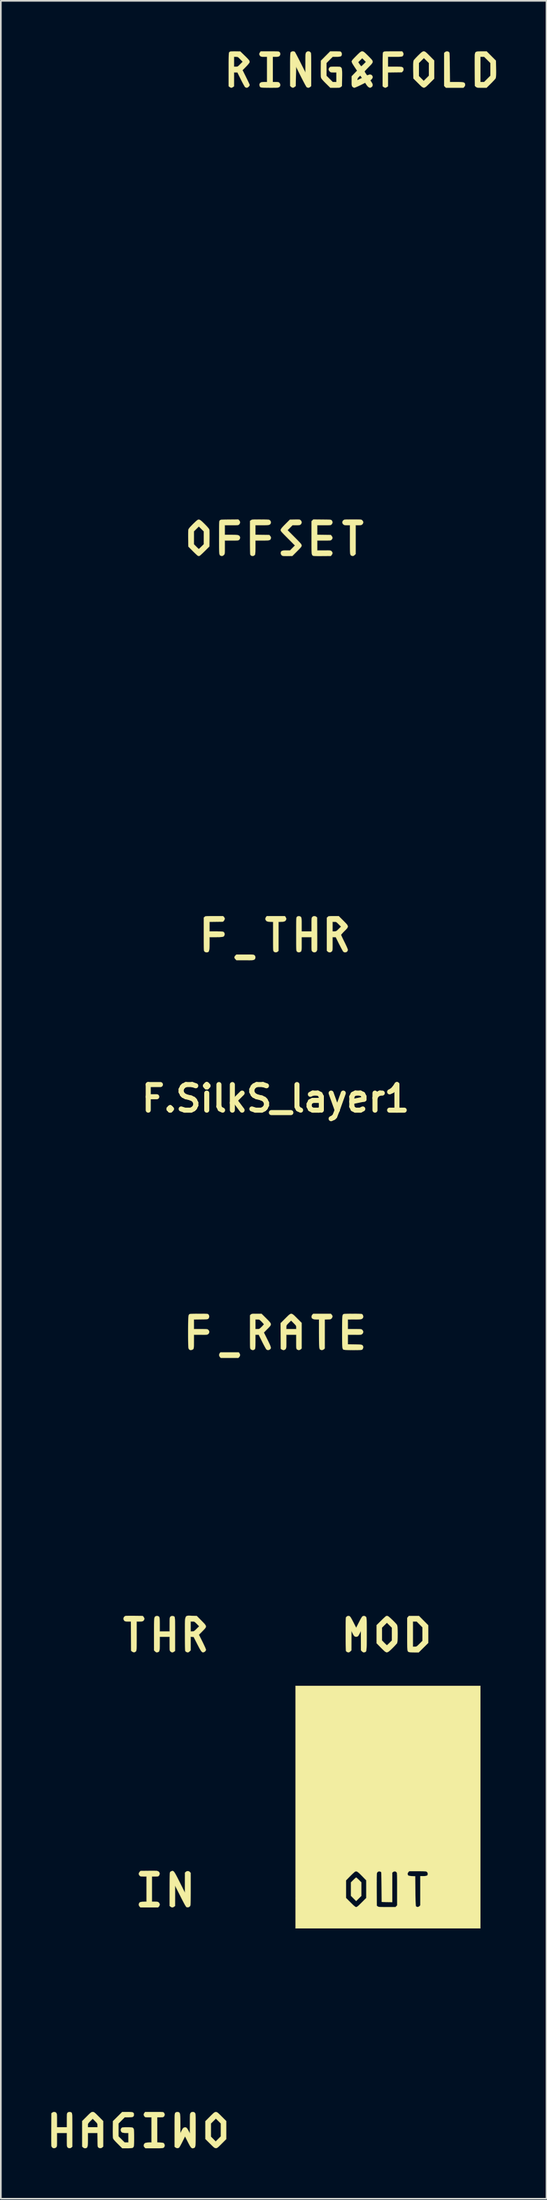
<source format=kicad_pcb>
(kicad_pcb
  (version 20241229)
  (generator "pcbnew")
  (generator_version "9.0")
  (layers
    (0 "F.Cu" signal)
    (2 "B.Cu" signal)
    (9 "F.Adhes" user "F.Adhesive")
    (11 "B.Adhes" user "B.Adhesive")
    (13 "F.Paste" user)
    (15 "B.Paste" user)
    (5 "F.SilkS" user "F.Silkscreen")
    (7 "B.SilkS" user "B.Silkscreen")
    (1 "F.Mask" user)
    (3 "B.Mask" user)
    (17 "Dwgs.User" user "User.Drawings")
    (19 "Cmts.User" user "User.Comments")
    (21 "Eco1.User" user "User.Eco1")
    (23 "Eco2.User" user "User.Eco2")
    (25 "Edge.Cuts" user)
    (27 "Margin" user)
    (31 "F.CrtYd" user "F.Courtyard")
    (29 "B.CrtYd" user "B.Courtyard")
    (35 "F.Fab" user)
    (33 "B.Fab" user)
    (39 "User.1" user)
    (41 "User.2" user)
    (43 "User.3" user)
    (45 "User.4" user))
  (footprint "F.SilkS_layer1"
    (layer "F.Cu")
    (at 13.358 62.324)
    (property "Reference" "F.SilkS_layer1" (at 0 0 0) (layer "F.SilkS") (effects (font (size 1.524 1.524) (thickness 0.3))))
    (attr through_hole)
    (fp_poly (pts (xy -2.157 15.152) (xy -2.121 15.227) (xy -2.124 15.305) (xy -2.165 15.375) (xy -2.169 15.379) (xy -2.221 15.431) (xy -3.262 15.431) (xy -3.314 15.379) (xy -3.357 15.309) (xy -3.362 15.231) (xy -3.328 15.156) (xy -3.325 15.152) (xy -3.285 15.102) (xy -2.198 15.102) (xy -2.157 15.152)) (stroke (width 0.01) (type solid)) (fill yes) (layer "F.SilkS"))
    (fp_poly (pts (xy 4.819 46.369) (xy 4.863 46.407) (xy 4.922 46.462) (xy 4.959 46.498) (xy 5.101 46.642) (xy 5.101 47.446) (xy 4.947 47.599) (xy 4.793 47.752) (xy 4.64 47.598) (xy 4.487 47.444) (xy 4.487 46.64) (xy 4.631 46.497) (xy 4.695 46.436) (xy 4.749 46.388) (xy 4.785 46.36) (xy 4.795 46.355) (xy 4.819 46.369)) (stroke (width 0.01) (type solid)) (fill yes) (layer "F.SilkS"))
    (fp_poly (pts (xy -1.665 -8.572) (xy -1.542 -8.571) (xy -1.45 -8.57) (xy -1.383 -8.566) (xy -1.337 -8.561) (xy -1.305 -8.553) (xy -1.282 -8.542) (xy -1.262 -8.529) (xy -1.262 -8.529) (xy -1.222 -8.484) (xy -1.207 -8.425) (xy -1.206 -8.403) (xy -1.215 -8.337) (xy -1.248 -8.29) (xy -1.262 -8.278) (xy -1.282 -8.264) (xy -1.305 -8.253) (xy -1.337 -8.246) (xy -1.383 -8.24) (xy -1.45 -8.237) (xy -1.542 -8.235) (xy -1.665 -8.234) (xy -1.825 -8.234) (xy -1.825 -8.234) (xy -2.332 -8.234) (xy -2.393 -8.296) (xy -2.433 -8.346) (xy -2.454 -8.393) (xy -2.455 -8.403) (xy -2.441 -8.447) (xy -2.405 -8.498) (xy -2.393 -8.511) (xy -2.332 -8.572) (xy -1.825 -8.572) (xy -1.665 -8.572)) (stroke (width 0.01) (type solid)) (fill yes) (layer "F.SilkS"))
    (fp_poly (pts (xy 10.291 -62.294) (xy 10.321 -62.27) (xy 10.331 -62.257) (xy 10.339 -62.24) (xy 10.346 -62.213) (xy 10.351 -62.175) (xy 10.355 -62.12) (xy 10.359 -62.044) (xy 10.361 -61.943) (xy 10.363 -61.814) (xy 10.365 -61.653) (xy 10.366 -61.454) (xy 10.367 -61.36) (xy 10.373 -60.494) (xy 10.754 -60.494) (xy 10.918 -60.493) (xy 11.045 -60.488) (xy 11.139 -60.477) (xy 11.204 -60.46) (xy 11.247 -60.434) (xy 11.27 -60.397) (xy 11.28 -60.348) (xy 11.282 -60.312) (xy 11.267 -60.261) (xy 11.232 -60.21) (xy 11.23 -60.208) (xy 11.178 -60.156) (xy 10.137 -60.156) (xy 10.085 -60.208) (xy 10.033 -60.26) (xy 10.033 -62.223) (xy 10.082 -62.269) (xy 10.147 -62.306) (xy 10.222 -62.314) (xy 10.291 -62.294)) (stroke (width 0.01) (type solid)) (fill yes) (layer "F.SilkS"))
    (fp_poly (pts (xy -3.522 60.31) (xy -3.461 60.342) (xy -3.388 60.402) (xy -3.297 60.49) (xy -3.213 60.575) (xy -2.942 60.845) (xy -2.942 61.921) (xy -3.213 62.192) (xy -3.322 62.301) (xy -3.407 62.382) (xy -3.476 62.435) (xy -3.535 62.459) (xy -3.591 62.455) (xy -3.653 62.423) (xy -3.726 62.362) (xy -3.818 62.273) (xy -3.904 62.188) (xy -4.18 61.914) (xy -4.18 60.991) (xy -3.852 60.991) (xy -3.852 61.774) (xy -3.568 62.061) (xy -3.414 61.908) (xy -3.26 61.755) (xy -3.26 60.991) (xy -3.408 60.844) (xy -3.556 60.697) (xy -3.852 60.991) (xy -4.18 60.991) (xy -4.18 60.855) (xy -3.906 60.579) (xy -3.795 60.468) (xy -3.708 60.386) (xy -3.639 60.332) (xy -3.579 60.307) (xy -3.522 60.31)) (stroke (width 0.01) (type solid)) (fill yes) (layer "F.SilkS"))
    (fp_poly (pts (xy 3.335 12.858) (xy 3.378 12.925) (xy 3.38 12.996) (xy 3.339 13.07) (xy 3.336 13.075) (xy 3.307 13.104) (xy 3.277 13.122) (xy 3.232 13.133) (xy 3.164 13.139) (xy 3.103 13.141) (xy 2.921 13.149) (xy 2.921 14.873) (xy 2.872 14.919) (xy 2.805 14.956) (xy 2.726 14.962) (xy 2.663 14.942) (xy 2.643 14.927) (xy 2.627 14.903) (xy 2.614 14.866) (xy 2.604 14.813) (xy 2.596 14.74) (xy 2.59 14.643) (xy 2.586 14.519) (xy 2.584 14.363) (xy 2.583 14.172) (xy 2.582 13.954) (xy 2.582 13.145) (xy 2.433 13.145) (xy 2.311 13.136) (xy 2.22 13.111) (xy 2.164 13.07) (xy 2.151 13.048) (xy 2.139 12.964) (xy 2.166 12.886) (xy 2.19 12.858) (xy 2.242 12.806) (xy 3.283 12.806) (xy 3.335 12.858)) (stroke (width 0.01) (type solid)) (fill yes) (layer "F.SilkS"))
    (fp_poly (pts (xy 0.591 -10.803) (xy 0.629 -10.727) (xy 0.627 -10.652) (xy 0.584 -10.585) (xy 0.58 -10.582) (xy 0.547 -10.556) (xy 0.508 -10.539) (xy 0.45 -10.529) (xy 0.364 -10.524) (xy 0.348 -10.523) (xy 0.169 -10.515) (xy 0.169 -8.792) (xy 0.12 -8.746) (xy 0.052 -8.707) (xy -0.022 -8.704) (xy -0.09 -8.737) (xy -0.102 -8.748) (xy -0.114 -8.761) (xy -0.123 -8.776) (xy -0.13 -8.797) (xy -0.136 -8.828) (xy -0.141 -8.873) (xy -0.144 -8.937) (xy -0.146 -9.022) (xy -0.147 -9.134) (xy -0.148 -9.276) (xy -0.148 -9.453) (xy -0.148 -9.656) (xy -0.148 -10.515) (xy -0.326 -10.523) (xy -0.418 -10.528) (xy -0.479 -10.537) (xy -0.521 -10.553) (xy -0.554 -10.577) (xy -0.559 -10.582) (xy -0.605 -10.649) (xy -0.609 -10.723) (xy -0.573 -10.799) (xy -0.57 -10.803) (xy -0.526 -10.858) (xy 0.547 -10.858) (xy 0.591 -10.803)) (stroke (width 0.01) (type solid)) (fill yes) (layer "F.SilkS"))
    (fp_poly (pts (xy 8.806 31.064) (xy 9.081 31.34) (xy 9.081 32.398) (xy 8.798 32.677) (xy 8.516 32.956) (xy 8.243 32.955) (xy 8.135 32.953) (xy 8.04 32.948) (xy 7.967 32.941) (xy 7.926 32.933) (xy 7.924 32.932) (xy 7.903 32.92) (xy 7.885 32.905) (xy 7.871 32.883) (xy 7.859 32.849) (xy 7.85 32.802) (xy 7.843 32.736) (xy 7.838 32.648) (xy 7.835 32.535) (xy 7.833 32.393) (xy 7.832 32.218) (xy 7.832 32.007) (xy 7.832 31.856) (xy 7.832 31.115) (xy 8.17 31.115) (xy 8.17 32.618) (xy 8.281 32.618) (xy 8.329 32.617) (xy 8.367 32.611) (xy 8.402 32.595) (xy 8.443 32.563) (xy 8.498 32.511) (xy 8.567 32.444) (xy 8.742 32.27) (xy 8.742 31.465) (xy 8.394 31.115) (xy 8.17 31.115) (xy 7.832 31.115) (xy 7.832 30.906) (xy 7.883 30.846) (xy 7.934 30.787) (xy 8.531 30.787) (xy 8.806 31.064)) (stroke (width 0.01) (type solid)) (fill yes) (layer "F.SilkS"))
    (fp_poly (pts (xy 8.864 -62.31) (xy 8.928 -62.274) (xy 9.004 -62.21) (xy 9.099 -62.116) (xy 9.172 -62.043) (xy 9.44 -61.771) (xy 9.44 -60.696) (xy 9.168 -60.426) (xy 9.059 -60.317) (xy 8.974 -60.237) (xy 8.905 -60.184) (xy 8.846 -60.16) (xy 8.79 -60.164) (xy 8.728 -60.197) (xy 8.655 -60.257) (xy 8.563 -60.346) (xy 8.479 -60.43) (xy 8.202 -60.705) (xy 8.196 -61.206) (xy 8.194 -61.398) (xy 8.195 -61.55) (xy 8.198 -61.628) (xy 8.53 -61.628) (xy 8.53 -60.845) (xy 8.815 -60.558) (xy 8.969 -60.711) (xy 9.123 -60.864) (xy 9.123 -61.628) (xy 8.975 -61.775) (xy 8.826 -61.922) (xy 8.53 -61.628) (xy 8.198 -61.628) (xy 8.199 -61.661) (xy 8.206 -61.734) (xy 8.213 -61.766) (xy 8.236 -61.8) (xy 8.284 -61.857) (xy 8.352 -61.931) (xy 8.432 -62.014) (xy 8.488 -62.07) (xy 8.594 -62.173) (xy 8.677 -62.249) (xy 8.746 -62.297) (xy 8.805 -62.318) (xy 8.864 -62.31)) (stroke (width 0.01) (type solid)) (fill yes) (layer "F.SilkS"))
    (fp_poly (pts (xy -8.465 30.78) (xy -8.395 30.78) (xy -7.913 30.787) (xy -7.862 30.846) (xy -7.819 30.92) (xy -7.818 30.992) (xy -7.859 31.059) (xy -7.862 31.063) (xy -7.892 31.089) (xy -7.925 31.104) (xy -7.973 31.112) (xy -8.047 31.115) (xy -8.095 31.115) (xy -8.276 31.115) (xy -8.276 31.98) (xy -8.276 32.196) (xy -8.277 32.373) (xy -8.278 32.516) (xy -8.279 32.629) (xy -8.282 32.715) (xy -8.285 32.778) (xy -8.29 32.824) (xy -8.296 32.855) (xy -8.303 32.875) (xy -8.312 32.89) (xy -8.313 32.891) (xy -8.377 32.939) (xy -8.451 32.949) (xy -8.525 32.921) (xy -8.543 32.907) (xy -8.604 32.854) (xy -8.616 31.115) (xy -8.792 31.115) (xy -8.881 31.114) (xy -8.939 31.108) (xy -8.976 31.096) (xy -9.004 31.075) (xy -9.013 31.066) (xy -9.052 30.998) (xy -9.056 30.924) (xy -9.028 30.856) (xy -8.972 30.804) (xy -8.927 30.786) (xy -8.892 30.783) (xy -8.822 30.781) (xy -8.723 30.779) (xy -8.601 30.779) (xy -8.465 30.78)) (stroke (width 0.01) (type solid)) (fill yes) (layer "F.SilkS"))
    (fp_poly (pts (xy 12.838 -62.039) (xy 13.113 -61.764) (xy 13.119 -61.274) (xy 13.121 -61.079) (xy 13.119 -60.927) (xy 13.115 -60.816) (xy 13.107 -60.747) (xy 13.102 -60.727) (xy 13.079 -60.693) (xy 13.032 -60.636) (xy 12.965 -60.563) (xy 12.884 -60.478) (xy 12.818 -60.412) (xy 12.559 -60.156) (xy 12.271 -60.156) (xy 12.154 -60.156) (xy 12.072 -60.158) (xy 12.016 -60.163) (xy 11.978 -60.172) (xy 11.95 -60.186) (xy 11.924 -60.206) (xy 11.923 -60.207) (xy 11.864 -60.258) (xy 11.858 -61.175) (xy 11.857 -61.371) (xy 11.856 -61.555) (xy 11.856 -61.724) (xy 11.857 -61.872) (xy 11.858 -61.995) (xy 11.858 -61.997) (xy 12.192 -61.997) (xy 12.192 -60.494) (xy 12.413 -60.494) (xy 12.599 -60.679) (xy 12.785 -60.864) (xy 12.785 -61.628) (xy 12.413 -61.997) (xy 12.192 -61.997) (xy 11.858 -61.997) (xy 11.86 -62.088) (xy 11.863 -62.146) (xy 11.864 -62.162) (xy 11.877 -62.218) (xy 11.898 -62.258) (xy 11.932 -62.285) (xy 11.986 -62.302) (xy 12.067 -62.311) (xy 12.18 -62.314) (xy 12.261 -62.315) (xy 12.563 -62.315) (xy 12.838 -62.039)) (stroke (width 0.01) (type solid)) (fill yes) (layer "F.SilkS"))
    (fp_poly (pts (xy -7.204 45.956) (xy -7.117 45.959) (xy -7.063 45.962) (xy -7.054 45.963) (xy -6.973 45.995) (xy -6.922 46.051) (xy -6.903 46.121) (xy -6.92 46.197) (xy -6.944 46.236) (xy -6.968 46.262) (xy -6.994 46.279) (xy -7.034 46.288) (xy -7.097 46.291) (xy -7.177 46.291) (xy -7.366 46.291) (xy -7.366 47.794) (xy -7.185 47.794) (xy -7.095 47.795) (xy -7.036 47.801) (xy -6.997 47.812) (xy -6.967 47.832) (xy -6.952 47.846) (xy -6.909 47.914) (xy -6.9 47.964) (xy -6.92 48.038) (xy -6.952 48.081) (xy -7.004 48.133) (xy -8.045 48.133) (xy -8.097 48.081) (xy -8.14 48.011) (xy -8.145 47.933) (xy -8.112 47.859) (xy -8.109 47.855) (xy -8.085 47.831) (xy -8.054 47.815) (xy -8.007 47.806) (xy -7.933 47.8) (xy -7.876 47.798) (xy -7.684 47.79) (xy -7.684 46.291) (xy -7.864 46.291) (xy -7.955 46.29) (xy -8.014 46.285) (xy -8.053 46.274) (xy -8.083 46.253) (xy -8.097 46.24) (xy -8.141 46.172) (xy -8.142 46.101) (xy -8.102 46.027) (xy -8.098 46.023) (xy -8.047 45.963) (xy -7.585 45.957) (xy -7.445 45.955) (xy -7.315 45.955) (xy -7.204 45.956)) (stroke (width 0.01) (type solid)) (fill yes) (layer "F.SilkS"))
    (fp_poly (pts (xy 4.752 -34.459) (xy 4.875 -34.459) (xy 4.966 -34.457) (xy 5.031 -34.454) (xy 5.077 -34.448) (xy 5.108 -34.441) (xy 5.13 -34.43) (xy 5.149 -34.416) (xy 5.156 -34.41) (xy 5.205 -34.345) (xy 5.215 -34.272) (xy 5.186 -34.202) (xy 5.156 -34.17) (xy 5.121 -34.145) (xy 5.081 -34.13) (xy 5.023 -34.123) (xy 4.937 -34.121) (xy 4.931 -34.121) (xy 4.763 -34.121) (xy 4.763 -32.409) (xy 4.715 -32.356) (xy 4.646 -32.302) (xy 4.574 -32.291) (xy 4.537 -32.3) (xy 4.51 -32.312) (xy 4.488 -32.325) (xy 4.469 -32.345) (xy 4.455 -32.373) (xy 4.444 -32.416) (xy 4.436 -32.476) (xy 4.43 -32.557) (xy 4.427 -32.663) (xy 4.425 -32.799) (xy 4.424 -32.967) (xy 4.424 -33.172) (xy 4.424 -33.268) (xy 4.424 -34.121) (xy 4.256 -34.121) (xy 4.167 -34.122) (xy 4.108 -34.129) (xy 4.067 -34.144) (xy 4.032 -34.169) (xy 4.03 -34.17) (xy 3.984 -34.229) (xy 3.972 -34.29) (xy 3.988 -34.359) (xy 4.03 -34.41) (xy 4.049 -34.425) (xy 4.07 -34.437) (xy 4.097 -34.446) (xy 4.137 -34.452) (xy 4.194 -34.456) (xy 4.276 -34.458) (xy 4.386 -34.459) (xy 4.531 -34.459) (xy 4.593 -34.459) (xy 4.752 -34.459)) (stroke (width 0.01) (type solid)) (fill yes) (layer "F.SilkS"))
    (fp_poly (pts (xy -10.851 60.306) (xy -10.788 60.339) (xy -10.712 60.401) (xy -10.619 60.493) (xy -10.536 60.576) (xy -10.266 60.848) (xy -10.266 62.359) (xy -10.318 62.411) (xy -10.388 62.454) (xy -10.466 62.459) (xy -10.54 62.425) (xy -10.544 62.422) (xy -10.561 62.407) (xy -10.574 62.389) (xy -10.583 62.362) (xy -10.59 62.32) (xy -10.594 62.258) (xy -10.597 62.168) (xy -10.599 62.044) (xy -10.6 61.967) (xy -10.607 61.553) (xy -11.176 61.553) (xy -11.176 61.935) (xy -11.177 62.099) (xy -11.182 62.225) (xy -11.193 62.319) (xy -11.21 62.385) (xy -11.237 62.427) (xy -11.273 62.451) (xy -11.321 62.461) (xy -11.359 62.463) (xy -11.409 62.448) (xy -11.461 62.413) (xy -11.463 62.411) (xy -11.515 62.359) (xy -11.515 61.102) (xy -11.176 61.102) (xy -11.176 61.214) (xy -10.604 61.214) (xy -10.604 61.103) (xy -10.606 61.051) (xy -10.613 61.011) (xy -10.633 60.973) (xy -10.67 60.928) (xy -10.731 60.866) (xy -10.747 60.849) (xy -10.889 60.706) (xy -11.033 60.848) (xy -11.099 60.915) (xy -11.141 60.963) (xy -11.164 61) (xy -11.174 61.039) (xy -11.176 61.088) (xy -11.176 61.102) (xy -11.515 61.102) (xy -11.515 60.845) (xy -11.244 60.575) (xy -11.132 60.463) (xy -11.044 60.38) (xy -10.972 60.326) (xy -10.911 60.302) (xy -10.851 60.306)) (stroke (width 0.01) (type solid)) (fill yes) (layer "F.SilkS"))
    (fp_poly (pts (xy -3.079 -10.807) (xy -3.035 -10.739) (xy -3.034 -10.668) (xy -3.074 -10.594) (xy -3.078 -10.59) (xy -3.129 -10.53) (xy -3.533 -10.524) (xy -3.937 -10.517) (xy -3.937 -9.948) (xy -3.551 -9.948) (xy -3.384 -9.946) (xy -3.258 -9.942) (xy -3.171 -9.935) (xy -3.12 -9.924) (xy -3.113 -9.922) (xy -3.061 -9.874) (xy -3.037 -9.809) (xy -3.041 -9.738) (xy -3.072 -9.674) (xy -3.125 -9.634) (xy -3.168 -9.624) (xy -3.249 -9.617) (xy -3.365 -9.612) (xy -3.51 -9.61) (xy -3.557 -9.61) (xy -3.937 -9.61) (xy -3.937 -9.242) (xy -3.938 -9.08) (xy -3.943 -8.955) (xy -3.953 -8.862) (xy -3.967 -8.796) (xy -3.987 -8.752) (xy -4.014 -8.725) (xy -4.023 -8.72) (xy -4.099 -8.7) (xy -4.176 -8.713) (xy -4.23 -8.748) (xy -4.24 -8.761) (xy -4.249 -8.774) (xy -4.257 -8.794) (xy -4.262 -8.823) (xy -4.267 -8.864) (xy -4.27 -8.923) (xy -4.273 -9.002) (xy -4.274 -9.106) (xy -4.275 -9.237) (xy -4.276 -9.401) (xy -4.276 -9.6) (xy -4.276 -9.782) (xy -4.276 -10.766) (xy -4.227 -10.812) (xy -4.21 -10.827) (xy -4.191 -10.838) (xy -4.163 -10.846) (xy -4.122 -10.851) (xy -4.062 -10.855) (xy -3.978 -10.857) (xy -3.864 -10.858) (xy -3.715 -10.858) (xy -3.654 -10.858) (xy -3.131 -10.858) (xy -3.079 -10.807)) (stroke (width 0.01) (type solid)) (fill yes) (layer "F.SilkS"))
    (fp_poly (pts (xy 0.963 12.812) (xy 1.023 12.841) (xy 1.093 12.898) (xy 1.181 12.983) (xy 1.274 13.077) (xy 1.545 13.347) (xy 1.545 14.873) (xy 1.496 14.919) (xy 1.43 14.956) (xy 1.355 14.962) (xy 1.287 14.937) (xy 1.27 14.922) (xy 1.255 14.905) (xy 1.245 14.883) (xy 1.237 14.849) (xy 1.232 14.798) (xy 1.229 14.724) (xy 1.228 14.62) (xy 1.228 14.48) (xy 1.228 14.467) (xy 1.228 14.055) (xy 0.635 14.055) (xy 0.635 14.454) (xy 0.635 14.594) (xy 0.633 14.699) (xy 0.631 14.774) (xy 0.625 14.826) (xy 0.617 14.862) (xy 0.606 14.888) (xy 0.591 14.909) (xy 0.532 14.953) (xy 0.458 14.965) (xy 0.383 14.942) (xy 0.357 14.924) (xy 0.307 14.884) (xy 0.297 13.604) (xy 0.635 13.604) (xy 0.635 13.716) (xy 1.228 13.716) (xy 1.228 13.616) (xy 1.226 13.569) (xy 1.218 13.531) (xy 1.197 13.494) (xy 1.158 13.448) (xy 1.096 13.383) (xy 1.075 13.362) (xy 0.922 13.208) (xy 0.778 13.35) (xy 0.712 13.417) (xy 0.67 13.465) (xy 0.647 13.502) (xy 0.637 13.541) (xy 0.635 13.59) (xy 0.635 13.604) (xy 0.297 13.604) (xy 0.295 13.37) (xy 0.577 13.088) (xy 0.689 12.976) (xy 0.776 12.892) (xy 0.846 12.837) (xy 0.906 12.81) (xy 0.963 12.812)) (stroke (width 0.01) (type solid)) (fill yes) (layer "F.SilkS"))
    (fp_poly (pts (xy 7.578 -62.257) (xy 7.61 -62.185) (xy 7.605 -62.109) (xy 7.564 -62.043) (xy 7.554 -62.034) (xy 7.534 -62.021) (xy 7.505 -62.012) (xy 7.462 -62.005) (xy 7.399 -62.001) (xy 7.308 -61.998) (xy 7.185 -61.997) (xy 7.099 -61.997) (xy 6.689 -61.997) (xy 6.689 -61.404) (xy 7.099 -61.404) (xy 7.255 -61.404) (xy 7.374 -61.401) (xy 7.462 -61.394) (xy 7.523 -61.382) (xy 7.563 -61.363) (xy 7.588 -61.337) (xy 7.603 -61.3) (xy 7.611 -61.265) (xy 7.612 -61.208) (xy 7.586 -61.156) (xy 7.571 -61.138) (xy 7.518 -61.076) (xy 7.103 -61.07) (xy 6.689 -61.063) (xy 6.689 -60.243) (xy 6.633 -60.2) (xy 6.58 -60.169) (xy 6.53 -60.156) (xy 6.53 -60.156) (xy 6.48 -60.168) (xy 6.427 -60.199) (xy 6.427 -60.2) (xy 6.371 -60.243) (xy 6.371 -61.237) (xy 6.371 -61.468) (xy 6.371 -61.66) (xy 6.372 -61.817) (xy 6.373 -61.943) (xy 6.375 -62.042) (xy 6.378 -62.117) (xy 6.381 -62.172) (xy 6.386 -62.211) (xy 6.392 -62.237) (xy 6.399 -62.255) (xy 6.408 -62.267) (xy 6.413 -62.272) (xy 6.429 -62.285) (xy 6.448 -62.295) (xy 6.477 -62.303) (xy 6.521 -62.308) (xy 6.585 -62.311) (xy 6.674 -62.313) (xy 6.794 -62.314) (xy 6.95 -62.315) (xy 6.994 -62.315) (xy 7.532 -62.315) (xy 7.578 -62.257)) (stroke (width 0.01) (type solid)) (fill yes) (layer "F.SilkS"))
    (fp_poly (pts (xy -7.067 60.304) (xy -6.94 60.304) (xy -6.844 60.306) (xy -6.776 60.309) (xy -6.728 60.313) (xy -6.697 60.32) (xy -6.676 60.33) (xy -6.66 60.343) (xy -6.65 60.353) (xy -6.611 60.421) (xy -6.608 60.495) (xy -6.641 60.563) (xy -6.653 60.575) (xy -6.684 60.599) (xy -6.722 60.613) (xy -6.779 60.619) (xy -6.867 60.621) (xy -6.875 60.621) (xy -7.048 60.621) (xy -7.048 62.12) (xy -6.867 62.127) (xy -6.776 62.132) (xy -6.717 62.14) (xy -6.68 62.153) (xy -6.653 62.174) (xy -6.644 62.185) (xy -6.609 62.257) (xy -6.607 62.332) (xy -6.639 62.399) (xy -6.66 62.419) (xy -6.679 62.433) (xy -6.702 62.443) (xy -6.734 62.451) (xy -6.779 62.456) (xy -6.845 62.46) (xy -6.936 62.462) (xy -7.058 62.463) (xy -7.216 62.463) (xy -7.232 62.463) (xy -7.749 62.463) (xy -7.801 62.411) (xy -7.844 62.348) (xy -7.849 62.28) (xy -7.829 62.223) (xy -7.796 62.176) (xy -7.741 62.145) (xy -7.658 62.129) (xy -7.545 62.124) (xy -7.387 62.124) (xy -7.387 60.621) (xy -7.576 60.621) (xy -7.667 60.621) (xy -7.726 60.617) (xy -7.763 60.607) (xy -7.789 60.589) (xy -7.809 60.566) (xy -7.84 60.512) (xy -7.853 60.463) (xy -7.853 60.463) (xy -7.84 60.413) (xy -7.809 60.36) (xy -7.809 60.36) (xy -7.765 60.304) (xy -7.231 60.304) (xy -7.067 60.304)) (stroke (width 0.01) (type solid)) (fill yes) (layer "F.SilkS"))
    (fp_poly (pts (xy -6.104 45.969) (xy -6.073 45.99) (xy -6.039 46.028) (xy -5.999 46.086) (xy -5.951 46.169) (xy -5.892 46.279) (xy -5.82 46.419) (xy -5.732 46.594) (xy -5.714 46.629) (xy -5.4 47.255) (xy -5.399 46.66) (xy -5.397 46.066) (xy -5.345 46.017) (xy -5.275 45.976) (xy -5.199 45.972) (xy -5.128 46.005) (xy -5.106 46.027) (xy -5.059 46.082) (xy -5.059 47.033) (xy -5.059 47.291) (xy -5.061 47.508) (xy -5.063 47.686) (xy -5.066 47.826) (xy -5.07 47.93) (xy -5.076 47.998) (xy -5.082 48.034) (xy -5.083 48.035) (xy -5.129 48.09) (xy -5.197 48.123) (xy -5.272 48.125) (xy -5.288 48.121) (xy -5.307 48.11) (xy -5.328 48.088) (xy -5.355 48.051) (xy -5.389 47.995) (xy -5.434 47.916) (xy -5.489 47.811) (xy -5.559 47.677) (xy -5.645 47.508) (xy -5.666 47.466) (xy -5.988 46.831) (xy -5.989 47.438) (xy -5.99 48.045) (xy -6.046 48.089) (xy -6.099 48.12) (xy -6.149 48.133) (xy -6.149 48.133) (xy -6.198 48.12) (xy -6.252 48.089) (xy -6.252 48.089) (xy -6.308 48.045) (xy -6.308 47.061) (xy -6.307 46.825) (xy -6.306 46.615) (xy -6.304 46.433) (xy -6.301 46.283) (xy -6.297 46.166) (xy -6.293 46.085) (xy -6.288 46.043) (xy -6.287 46.038) (xy -6.253 46.004) (xy -6.201 45.977) (xy -6.166 45.966) (xy -6.134 45.962) (xy -6.104 45.969)) (stroke (width 0.01) (type solid)) (fill yes) (layer "F.SilkS"))
    (fp_poly (pts (xy -0.732 -34.458) (xy -0.582 -34.455) (xy -0.47 -34.449) (xy -0.399 -34.442) (xy -0.373 -34.435) (xy -0.315 -34.388) (xy -0.286 -34.319) (xy -0.29 -34.243) (xy -0.295 -34.229) (xy -0.314 -34.194) (xy -0.339 -34.167) (xy -0.378 -34.147) (xy -0.435 -34.134) (xy -0.516 -34.126) (xy -0.627 -34.122) (xy -0.773 -34.121) (xy -0.816 -34.121) (xy -1.206 -34.121) (xy -1.206 -33.552) (xy -0.792 -33.545) (xy -0.377 -33.539) (xy -0.324 -33.477) (xy -0.288 -33.422) (xy -0.281 -33.369) (xy -0.284 -33.35) (xy -0.295 -33.305) (xy -0.312 -33.271) (xy -0.34 -33.246) (xy -0.385 -33.229) (xy -0.452 -33.219) (xy -0.547 -33.213) (xy -0.674 -33.211) (xy -0.796 -33.211) (xy -1.206 -33.211) (xy -1.206 -32.8) (xy -1.207 -32.656) (xy -1.208 -32.548) (xy -1.212 -32.47) (xy -1.217 -32.416) (xy -1.225 -32.38) (xy -1.236 -32.356) (xy -1.244 -32.346) (xy -1.307 -32.301) (xy -1.384 -32.289) (xy -1.433 -32.3) (xy -1.48 -32.333) (xy -1.501 -32.361) (xy -1.508 -32.395) (xy -1.513 -32.471) (xy -1.517 -32.589) (xy -1.52 -32.75) (xy -1.523 -32.953) (xy -1.524 -33.198) (xy -1.524 -33.387) (xy -1.524 -34.372) (xy -1.468 -34.415) (xy -1.448 -34.429) (xy -1.425 -34.44) (xy -1.393 -34.448) (xy -1.346 -34.453) (xy -1.278 -34.457) (xy -1.185 -34.458) (xy -1.06 -34.459) (xy -0.919 -34.459) (xy -0.732 -34.458)) (stroke (width 0.01) (type solid)) (fill yes) (layer "F.SilkS"))
    (fp_poly (pts (xy 6.684 30.799) (xy 6.72 30.822) (xy 6.778 30.87) (xy 6.852 30.936) (xy 6.934 31.013) (xy 7.017 31.094) (xy 7.096 31.174) (xy 7.162 31.246) (xy 7.21 31.302) (xy 7.23 31.331) (xy 7.241 31.374) (xy 7.25 31.451) (xy 7.256 31.555) (xy 7.261 31.678) (xy 7.263 31.811) (xy 7.262 31.948) (xy 7.26 32.08) (xy 7.255 32.2) (xy 7.248 32.299) (xy 7.239 32.371) (xy 7.23 32.402) (xy 7.205 32.436) (xy 7.155 32.493) (xy 7.087 32.567) (xy 7.007 32.65) (xy 6.96 32.697) (xy 6.854 32.8) (xy 6.771 32.873) (xy 6.706 32.921) (xy 6.652 32.946) (xy 6.606 32.95) (xy 6.561 32.935) (xy 6.53 32.918) (xy 6.493 32.889) (xy 6.434 32.835) (xy 6.359 32.764) (xy 6.277 32.682) (xy 6.239 32.643) (xy 6.011 32.409) (xy 6.011 31.484) (xy 6.329 31.484) (xy 6.329 32.246) (xy 6.471 32.39) (xy 6.533 32.451) (xy 6.584 32.5) (xy 6.617 32.528) (xy 6.624 32.533) (xy 6.643 32.519) (xy 6.684 32.482) (xy 6.741 32.427) (xy 6.778 32.391) (xy 6.921 32.249) (xy 6.921 31.484) (xy 6.625 31.19) (xy 6.477 31.337) (xy 6.329 31.484) (xy 6.011 31.484) (xy 6.011 31.337) (xy 6.281 31.07) (xy 6.37 30.983) (xy 6.452 30.906) (xy 6.519 30.845) (xy 6.567 30.805) (xy 6.588 30.79) (xy 6.635 30.788) (xy 6.684 30.799)) (stroke (width 0.01) (type solid)) (fill yes) (layer "F.SilkS"))
    (fp_poly (pts (xy -0.182 -62.315) (xy -0.054 -62.314) (xy 0.042 -62.312) (xy 0.112 -62.309) (xy 0.16 -62.304) (xy 0.192 -62.297) (xy 0.214 -62.288) (xy 0.229 -62.276) (xy 0.233 -62.272) (xy 0.269 -62.209) (xy 0.273 -62.135) (xy 0.246 -62.066) (xy 0.226 -62.043) (xy 0.195 -62.02) (xy 0.157 -62.006) (xy 0.1 -61.999) (xy 0.013 -61.997) (xy 0.004 -61.997) (xy -0.169 -61.997) (xy -0.169 -60.494) (xy 0.001 -60.494) (xy 0.089 -60.493) (xy 0.146 -60.487) (xy 0.184 -60.474) (xy 0.214 -60.451) (xy 0.223 -60.442) (xy 0.267 -60.374) (xy 0.276 -60.3) (xy 0.25 -60.231) (xy 0.219 -60.2) (xy 0.2 -60.186) (xy 0.177 -60.175) (xy 0.145 -60.167) (xy 0.099 -60.162) (xy 0.034 -60.159) (xy -0.058 -60.157) (xy -0.18 -60.156) (xy -0.339 -60.156) (xy -0.347 -60.156) (xy -0.492 -60.157) (xy -0.623 -60.16) (xy -0.735 -60.163) (xy -0.822 -60.168) (xy -0.876 -60.173) (xy -0.892 -60.177) (xy -0.938 -60.226) (xy -0.962 -60.296) (xy -0.959 -60.368) (xy -0.954 -60.386) (xy -0.922 -60.436) (xy -0.871 -60.47) (xy -0.793 -60.488) (xy -0.683 -60.494) (xy -0.666 -60.494) (xy -0.508 -60.494) (xy -0.508 -61.997) (xy -0.689 -61.997) (xy -0.779 -61.998) (xy -0.838 -62.003) (xy -0.877 -62.015) (xy -0.907 -62.035) (xy -0.922 -62.049) (xy -0.965 -62.116) (xy -0.967 -62.188) (xy -0.93 -62.259) (xy -0.886 -62.315) (xy -0.348 -62.315) (xy -0.182 -62.315)) (stroke (width 0.01) (type solid)) (fill yes) (layer "F.SilkS"))
    (fp_poly (pts (xy -4.549 -34.449) (xy -4.502 -34.43) (xy -4.444 -34.391) (xy -4.371 -34.328) (xy -4.279 -34.239) (xy -4.206 -34.167) (xy -4.108 -34.066) (xy -4.037 -33.988) (xy -3.99 -33.929) (xy -3.961 -33.883) (xy -3.948 -33.846) (xy -3.948 -33.846) (xy -3.944 -33.803) (xy -3.942 -33.725) (xy -3.94 -33.62) (xy -3.94 -33.494) (xy -3.94 -33.357) (xy -3.941 -33.311) (xy -3.948 -32.851) (xy -4.223 -32.578) (xy -4.313 -32.49) (xy -4.396 -32.412) (xy -4.465 -32.35) (xy -4.515 -32.309) (xy -4.54 -32.293) (xy -4.595 -32.292) (xy -4.625 -32.3) (xy -4.653 -32.32) (xy -4.705 -32.366) (xy -4.775 -32.431) (xy -4.858 -32.511) (xy -4.932 -32.585) (xy -5.196 -32.851) (xy -5.203 -33.311) (xy -5.204 -33.451) (xy -5.204 -33.581) (xy -5.203 -33.694) (xy -5.201 -33.751) (xy -4.868 -33.751) (xy -4.868 -32.989) (xy -4.726 -32.846) (xy -4.664 -32.784) (xy -4.613 -32.736) (xy -4.581 -32.707) (xy -4.573 -32.703) (xy -4.554 -32.716) (xy -4.513 -32.754) (xy -4.456 -32.808) (xy -4.419 -32.845) (xy -4.276 -32.987) (xy -4.276 -33.751) (xy -4.424 -33.898) (xy -4.572 -34.045) (xy -4.868 -33.751) (xy -5.201 -33.751) (xy -5.201 -33.781) (xy -5.197 -33.836) (xy -5.196 -33.846) (xy -5.183 -33.882) (xy -5.155 -33.928) (xy -5.108 -33.986) (xy -5.038 -34.063) (xy -4.941 -34.164) (xy -4.938 -34.167) (xy -4.851 -34.252) (xy -4.77 -34.328) (xy -4.701 -34.389) (xy -4.651 -34.428) (xy -4.633 -34.439) (xy -4.591 -34.451) (xy -4.549 -34.449)) (stroke (width 0.01) (type solid)) (fill yes) (layer "F.SilkS"))
    (fp_poly (pts (xy 1.339 -34.458) (xy 1.396 -34.454) (xy 1.435 -34.447) (xy 1.463 -34.434) (xy 1.487 -34.417) (xy 1.534 -34.356) (xy 1.549 -34.284) (xy 1.529 -34.212) (xy 1.489 -34.165) (xy 1.458 -34.144) (xy 1.419 -34.131) (xy 1.364 -34.124) (xy 1.283 -34.121) (xy 1.219 -34.121) (xy 1.004 -34.121) (xy 0.857 -33.973) (xy 0.71 -33.824) (xy 1.128 -33.405) (xy 1.251 -33.281) (xy 1.348 -33.182) (xy 1.421 -33.106) (xy 1.473 -33.047) (xy 1.509 -33.003) (xy 1.53 -32.97) (xy 1.541 -32.943) (xy 1.545 -32.919) (xy 1.545 -32.913) (xy 1.543 -32.884) (xy 1.532 -32.854) (xy 1.509 -32.818) (xy 1.47 -32.771) (xy 1.411 -32.708) (xy 1.328 -32.623) (xy 1.27 -32.565) (xy 0.994 -32.29) (xy 0.725 -32.285) (xy 0.618 -32.285) (xy 0.524 -32.287) (xy 0.451 -32.292) (xy 0.41 -32.299) (xy 0.409 -32.3) (xy 0.346 -32.346) (xy 0.309 -32.415) (xy 0.307 -32.49) (xy 0.324 -32.542) (xy 0.355 -32.578) (xy 0.406 -32.601) (xy 0.483 -32.613) (xy 0.594 -32.618) (xy 0.635 -32.618) (xy 0.858 -32.618) (xy 1.152 -32.914) (xy 0.721 -33.347) (xy 0.597 -33.472) (xy 0.499 -33.571) (xy 0.425 -33.648) (xy 0.371 -33.706) (xy 0.335 -33.75) (xy 0.314 -33.782) (xy 0.303 -33.806) (xy 0.301 -33.827) (xy 0.304 -33.848) (xy 0.304 -33.85) (xy 0.319 -33.886) (xy 0.351 -33.934) (xy 0.404 -33.998) (xy 0.482 -34.082) (xy 0.583 -34.184) (xy 0.847 -34.449) (xy 1.138 -34.456) (xy 1.256 -34.458) (xy 1.339 -34.458)) (stroke (width 0.01) (type solid)) (fill yes) (layer "F.SilkS"))
    (fp_poly (pts (xy 1.121 -62.3) (xy 1.14 -62.287) (xy 1.156 -62.263) (xy 1.189 -62.206) (xy 1.235 -62.12) (xy 1.293 -62.011) (xy 1.359 -61.882) (xy 1.432 -61.739) (xy 1.472 -61.659) (xy 1.776 -61.055) (xy 1.777 -61.629) (xy 1.777 -61.8) (xy 1.778 -61.935) (xy 1.78 -62.037) (xy 1.783 -62.112) (xy 1.787 -62.166) (xy 1.794 -62.203) (xy 1.803 -62.229) (xy 1.814 -62.248) (xy 1.822 -62.259) (xy 1.882 -62.305) (xy 1.955 -62.318) (xy 2.026 -62.298) (xy 2.073 -62.259) (xy 2.083 -62.245) (xy 2.092 -62.228) (xy 2.099 -62.206) (xy 2.104 -62.173) (xy 2.108 -62.127) (xy 2.112 -62.063) (xy 2.114 -61.977) (xy 2.115 -61.867) (xy 2.116 -61.727) (xy 2.117 -61.554) (xy 2.117 -61.345) (xy 2.117 -61.231) (xy 2.117 -60.26) (xy 2.065 -60.208) (xy 1.996 -60.165) (xy 1.919 -60.158) (xy 1.852 -60.185) (xy 1.832 -60.211) (xy 1.797 -60.27) (xy 1.748 -60.357) (xy 1.689 -60.468) (xy 1.621 -60.598) (xy 1.548 -60.741) (xy 1.513 -60.81) (xy 1.217 -61.406) (xy 1.206 -60.832) (xy 1.196 -60.258) (xy 1.137 -60.207) (xy 1.063 -60.164) (xy 0.991 -60.163) (xy 0.924 -60.204) (xy 0.92 -60.208) (xy 0.868 -60.26) (xy 0.868 -61.245) (xy 0.868 -61.475) (xy 0.868 -61.666) (xy 0.869 -61.822) (xy 0.87 -61.948) (xy 0.872 -62.045) (xy 0.874 -62.12) (xy 0.878 -62.174) (xy 0.883 -62.212) (xy 0.889 -62.238) (xy 0.896 -62.255) (xy 0.905 -62.267) (xy 0.91 -62.272) (xy 0.973 -62.31) (xy 1.05 -62.319) (xy 1.121 -62.3)) (stroke (width 0.01) (type solid)) (fill yes) (layer "F.SilkS"))
    (fp_poly (pts (xy -8.693 60.306) (xy -8.59 60.312) (xy -8.519 60.326) (xy -8.473 60.348) (xy -8.448 60.382) (xy -8.438 60.43) (xy -8.437 60.463) (xy -8.443 60.524) (xy -8.466 60.568) (xy -8.51 60.597) (xy -8.582 60.613) (xy -8.687 60.62) (xy -8.76 60.621) (xy -8.986 60.621) (xy -9.356 60.993) (xy -9.356 61.755) (xy -9.17 61.939) (xy -8.984 62.124) (xy -8.763 62.124) (xy -8.763 61.553) (xy -8.921 61.553) (xy -9.006 61.549) (xy -9.081 61.541) (xy -9.129 61.529) (xy -9.131 61.529) (xy -9.186 61.483) (xy -9.216 61.417) (xy -9.218 61.344) (xy -9.191 61.277) (xy -9.158 61.245) (xy -9.128 61.232) (xy -9.078 61.222) (xy -9.001 61.217) (xy -8.893 61.215) (xy -8.827 61.215) (xy -8.699 61.216) (xy -8.606 61.221) (xy -8.542 61.231) (xy -8.499 61.249) (xy -8.471 61.277) (xy -8.451 61.316) (xy -8.446 61.328) (xy -8.439 61.37) (xy -8.433 61.446) (xy -8.429 61.548) (xy -8.426 61.668) (xy -8.425 61.799) (xy -8.425 61.932) (xy -8.427 62.06) (xy -8.43 62.174) (xy -8.435 62.266) (xy -8.442 62.329) (xy -8.446 62.349) (xy -8.465 62.391) (xy -8.49 62.421) (xy -8.528 62.441) (xy -8.585 62.453) (xy -8.668 62.46) (xy -8.784 62.462) (xy -8.835 62.462) (xy -9.13 62.463) (xy -9.391 62.204) (xy -9.505 62.089) (xy -9.588 61.999) (xy -9.643 61.93) (xy -9.672 61.881) (xy -9.675 61.871) (xy -9.683 61.822) (xy -9.688 61.736) (xy -9.691 61.616) (xy -9.692 61.469) (xy -9.691 61.324) (xy -9.684 60.853) (xy -9.407 60.578) (xy -9.13 60.304) (xy -8.833 60.304) (xy -8.693 60.306)) (stroke (width 0.01) (type solid)) (fill yes) (layer "F.SilkS"))
    (fp_poly (pts (xy 2.775 -34.455) (xy 2.938 -34.453) (xy 3.064 -34.451) (xy 3.159 -34.448) (xy 3.227 -34.445) (xy 3.273 -34.439) (xy 3.304 -34.432) (xy 3.324 -34.422) (xy 3.338 -34.409) (xy 3.346 -34.399) (xy 3.382 -34.325) (xy 3.379 -34.247) (xy 3.338 -34.176) (xy 3.335 -34.173) (xy 3.316 -34.155) (xy 3.295 -34.141) (xy 3.267 -34.132) (xy 3.225 -34.126) (xy 3.163 -34.123) (xy 3.075 -34.121) (xy 2.953 -34.121) (xy 2.88 -34.121) (xy 2.477 -34.121) (xy 2.477 -33.552) (xy 3.285 -33.539) (xy 3.336 -33.479) (xy 3.379 -33.405) (xy 3.38 -33.334) (xy 3.339 -33.266) (xy 3.335 -33.262) (xy 3.316 -33.244) (xy 3.295 -33.231) (xy 3.267 -33.222) (xy 3.225 -33.216) (xy 3.163 -33.213) (xy 3.075 -33.211) (xy 2.953 -33.211) (xy 2.88 -33.211) (xy 2.477 -33.211) (xy 2.477 -32.618) (xy 2.88 -32.618) (xy 3.02 -32.618) (xy 3.124 -32.617) (xy 3.198 -32.614) (xy 3.249 -32.61) (xy 3.283 -32.602) (xy 3.306 -32.591) (xy 3.325 -32.575) (xy 3.335 -32.566) (xy 3.378 -32.499) (xy 3.38 -32.427) (xy 3.339 -32.354) (xy 3.336 -32.349) (xy 3.285 -32.29) (xy 2.78 -32.285) (xy 2.59 -32.284) (xy 2.441 -32.285) (xy 2.333 -32.289) (xy 2.263 -32.295) (xy 2.233 -32.303) (xy 2.211 -32.316) (xy 2.193 -32.329) (xy 2.178 -32.347) (xy 2.166 -32.374) (xy 2.157 -32.412) (xy 2.15 -32.466) (xy 2.145 -32.54) (xy 2.141 -32.637) (xy 2.139 -32.761) (xy 2.138 -32.915) (xy 2.138 -33.103) (xy 2.138 -33.33) (xy 2.138 -33.374) (xy 2.138 -34.355) (xy 2.191 -34.408) (xy 2.244 -34.461) (xy 2.775 -34.455)) (stroke (width 0.01) (type solid)) (fill yes) (layer "F.SilkS"))
    (fp_poly (pts (xy 3.647 -62.314) (xy 3.743 -62.311) (xy 3.817 -62.307) (xy 3.859 -62.302) (xy 3.864 -62.301) (xy 3.905 -62.265) (xy 3.933 -62.204) (xy 3.94 -62.135) (xy 3.932 -62.099) (xy 3.913 -62.057) (xy 3.883 -62.028) (xy 3.835 -62.01) (xy 3.763 -62.001) (xy 3.658 -61.997) (xy 3.615 -61.997) (xy 3.396 -61.997) (xy 3.027 -61.626) (xy 3.027 -60.864) (xy 3.212 -60.679) (xy 3.398 -60.494) (xy 3.619 -60.494) (xy 3.619 -61.066) (xy 3.449 -61.066) (xy 3.362 -61.067) (xy 3.306 -61.072) (xy 3.268 -61.085) (xy 3.236 -61.109) (xy 3.216 -61.128) (xy 3.166 -61.199) (xy 3.158 -61.269) (xy 3.192 -61.337) (xy 3.206 -61.353) (xy 3.228 -61.373) (xy 3.253 -61.388) (xy 3.287 -61.397) (xy 3.338 -61.402) (xy 3.415 -61.404) (xy 3.524 -61.404) (xy 3.551 -61.404) (xy 3.67 -61.404) (xy 3.754 -61.402) (xy 3.811 -61.397) (xy 3.849 -61.388) (xy 3.874 -61.375) (xy 3.89 -61.362) (xy 3.912 -61.338) (xy 3.928 -61.309) (xy 3.941 -61.268) (xy 3.949 -61.211) (xy 3.954 -61.133) (xy 3.956 -61.028) (xy 3.956 -60.891) (xy 3.954 -60.72) (xy 3.948 -60.258) (xy 3.888 -60.207) (xy 3.862 -60.186) (xy 3.834 -60.172) (xy 3.797 -60.163) (xy 3.742 -60.158) (xy 3.66 -60.156) (xy 3.545 -60.156) (xy 3.253 -60.156) (xy 2.991 -60.414) (xy 2.878 -60.529) (xy 2.796 -60.619) (xy 2.741 -60.687) (xy 2.711 -60.737) (xy 2.707 -60.748) (xy 2.7 -60.796) (xy 2.695 -60.881) (xy 2.692 -60.999) (xy 2.691 -61.143) (xy 2.692 -61.293) (xy 2.699 -61.764) (xy 3.248 -62.315) (xy 3.538 -62.315) (xy 3.647 -62.314)) (stroke (width 0.01) (type solid)) (fill yes) (layer "F.SilkS"))
    (fp_poly (pts (xy -6.985 30.805) (xy -6.93 30.848) (xy -6.921 30.863) (xy -6.914 30.895) (xy -6.909 30.962) (xy -6.904 31.058) (xy -6.901 31.173) (xy -6.9 31.301) (xy -6.9 31.708) (xy -6.308 31.708) (xy -6.308 31.297) (xy -6.307 31.154) (xy -6.306 31.046) (xy -6.303 30.969) (xy -6.298 30.915) (xy -6.29 30.879) (xy -6.279 30.854) (xy -6.268 30.838) (xy -6.213 30.8) (xy -6.141 30.789) (xy -6.069 30.805) (xy -6.034 30.828) (xy -6.024 30.838) (xy -6.015 30.851) (xy -6.008 30.871) (xy -6.003 30.901) (xy -5.999 30.944) (xy -5.995 31.006) (xy -5.993 31.088) (xy -5.992 31.196) (xy -5.991 31.333) (xy -5.99 31.502) (xy -5.99 31.707) (xy -5.99 31.868) (xy -5.99 32.869) (xy -6.046 32.913) (xy -6.12 32.951) (xy -6.192 32.947) (xy -6.256 32.905) (xy -6.274 32.886) (xy -6.287 32.866) (xy -6.296 32.838) (xy -6.302 32.797) (xy -6.306 32.736) (xy -6.307 32.649) (xy -6.308 32.529) (xy -6.308 32.439) (xy -6.308 32.025) (xy -6.9 32.025) (xy -6.9 32.436) (xy -6.901 32.592) (xy -6.904 32.71) (xy -6.911 32.798) (xy -6.923 32.859) (xy -6.942 32.9) (xy -6.969 32.925) (xy -7.006 32.94) (xy -7.042 32.948) (xy -7.093 32.952) (xy -7.134 32.933) (xy -7.175 32.897) (xy -7.239 32.833) (xy -7.239 31.884) (xy -7.239 31.649) (xy -7.238 31.452) (xy -7.237 31.291) (xy -7.234 31.161) (xy -7.23 31.058) (xy -7.224 30.979) (xy -7.216 30.921) (xy -7.205 30.878) (xy -7.191 30.849) (xy -7.173 30.829) (xy -7.152 30.814) (xy -7.126 30.801) (xy -7.126 30.801) (xy -7.056 30.787) (xy -6.985 30.805)) (stroke (width 0.01) (type solid)) (fill yes) (layer "F.SilkS"))
    (fp_poly (pts (xy -12.191 60.319) (xy -12.15 60.346) (xy -12.14 60.357) (xy -12.132 60.372) (xy -12.125 60.393) (xy -12.12 60.425) (xy -12.115 60.471) (xy -12.112 60.535) (xy -12.11 60.621) (xy -12.109 60.733) (xy -12.108 60.874) (xy -12.107 61.048) (xy -12.107 61.259) (xy -12.107 61.38) (xy -12.107 62.371) (xy -12.156 62.417) (xy -12.224 62.456) (xy -12.299 62.459) (xy -12.366 62.426) (xy -12.379 62.414) (xy -12.395 62.395) (xy -12.407 62.373) (xy -12.415 62.341) (xy -12.42 62.293) (xy -12.423 62.223) (xy -12.424 62.125) (xy -12.425 61.993) (xy -12.425 61.959) (xy -12.425 61.553) (xy -13.018 61.553) (xy -13.018 61.956) (xy -13.018 62.096) (xy -13.019 62.2) (xy -13.021 62.274) (xy -13.026 62.325) (xy -13.033 62.359) (xy -13.044 62.382) (xy -13.06 62.401) (xy -13.069 62.411) (xy -13.136 62.453) (xy -13.209 62.461) (xy -13.277 62.434) (xy -13.292 62.421) (xy -13.329 62.371) (xy -13.346 62.331) (xy -13.348 62.3) (xy -13.35 62.232) (xy -13.352 62.13) (xy -13.353 62) (xy -13.353 61.845) (xy -13.353 61.67) (xy -13.352 61.481) (xy -13.352 61.334) (xy -13.346 60.385) (xy -13.296 60.344) (xy -13.224 60.309) (xy -13.148 60.307) (xy -13.082 60.339) (xy -13.061 60.36) (xy -13.046 60.382) (xy -13.035 60.408) (xy -13.027 60.444) (xy -13.022 60.498) (xy -13.019 60.574) (xy -13.018 60.68) (xy -13.018 60.815) (xy -13.018 61.214) (xy -12.425 61.214) (xy -12.425 60.801) (xy -12.425 60.658) (xy -12.423 60.552) (xy -12.421 60.475) (xy -12.416 60.423) (xy -12.409 60.388) (xy -12.398 60.365) (xy -12.384 60.347) (xy -12.383 60.346) (xy -12.321 60.312) (xy -12.266 60.304) (xy -12.191 60.319)) (stroke (width 0.01) (type solid)) (fill yes) (layer "F.SilkS"))
    (fp_poly (pts (xy -5.1 30.774) (xy -5.01 30.778) (xy -4.954 30.78) (xy -4.698 30.787) (xy -4.423 31.064) (xy -4.314 31.175) (xy -4.232 31.261) (xy -4.179 31.33) (xy -4.153 31.388) (xy -4.153 31.441) (xy -4.179 31.497) (xy -4.229 31.561) (xy -4.305 31.64) (xy -4.358 31.694) (xy -4.568 31.906) (xy -4.358 32.325) (xy -4.297 32.45) (xy -4.243 32.565) (xy -4.198 32.664) (xy -4.167 32.741) (xy -4.15 32.788) (xy -4.149 32.798) (xy -4.168 32.861) (xy -4.218 32.915) (xy -4.288 32.948) (xy -4.324 32.952) (xy -4.359 32.943) (xy -4.395 32.917) (xy -4.435 32.87) (xy -4.482 32.799) (xy -4.539 32.699) (xy -4.609 32.566) (xy -4.664 32.459) (xy -4.879 32.036) (xy -4.969 32.029) (xy -5.059 32.023) (xy -5.059 32.833) (xy -5.121 32.895) (xy -5.181 32.942) (xy -5.241 32.953) (xy -5.306 32.935) (xy -5.353 32.902) (xy -5.375 32.874) (xy -5.381 32.841) (xy -5.386 32.764) (xy -5.391 32.646) (xy -5.394 32.486) (xy -5.396 32.283) (xy -5.397 32.038) (xy -5.397 31.861) (xy -5.398 31.617) (xy -5.398 31.412) (xy -5.397 31.243) (xy -5.394 31.115) (xy -5.059 31.115) (xy -5.059 31.708) (xy -4.959 31.708) (xy -4.912 31.706) (xy -4.874 31.698) (xy -4.837 31.677) (xy -4.791 31.638) (xy -4.726 31.576) (xy -4.705 31.555) (xy -4.551 31.402) (xy -4.693 31.258) (xy -4.76 31.192) (xy -4.807 31.15) (xy -4.845 31.127) (xy -4.884 31.117) (xy -4.933 31.115) (xy -4.947 31.115) (xy -5.059 31.115) (xy -5.394 31.115) (xy -5.394 31.106) (xy -5.386 30.998) (xy -5.372 30.916) (xy -5.352 30.856) (xy -5.324 30.815) (xy -5.286 30.789) (xy -5.237 30.776) (xy -5.175 30.772) (xy -5.1 30.774)) (stroke (width 0.01) (type solid)) (fill yes) (layer "F.SilkS"))
    (fp_poly (pts (xy -2.17 -34.408) (xy -2.125 -34.338) (xy -2.12 -34.262) (xy -2.153 -34.19) (xy -2.169 -34.173) (xy -2.188 -34.155) (xy -2.208 -34.141) (xy -2.236 -34.132) (xy -2.278 -34.126) (xy -2.34 -34.123) (xy -2.428 -34.121) (xy -2.55 -34.121) (xy -2.624 -34.121) (xy -3.027 -34.121) (xy -3.027 -33.549) (xy -2.658 -33.549) (xy -2.502 -33.548) (xy -2.382 -33.544) (xy -2.293 -33.536) (xy -2.229 -33.523) (xy -2.185 -33.504) (xy -2.154 -33.479) (xy -2.146 -33.469) (xy -2.119 -33.403) (xy -2.124 -33.328) (xy -2.158 -33.264) (xy -2.166 -33.257) (xy -2.185 -33.241) (xy -2.207 -33.229) (xy -2.239 -33.221) (xy -2.286 -33.215) (xy -2.356 -33.212) (xy -2.454 -33.211) (xy -2.587 -33.211) (xy -2.621 -33.211) (xy -3.027 -33.211) (xy -3.027 -32.81) (xy -3.027 -32.67) (xy -3.028 -32.565) (xy -3.031 -32.491) (xy -3.036 -32.44) (xy -3.043 -32.405) (xy -3.055 -32.381) (xy -3.07 -32.361) (xy -3.074 -32.356) (xy -3.144 -32.302) (xy -3.216 -32.291) (xy -3.252 -32.3) (xy -3.278 -32.311) (xy -3.299 -32.323) (xy -3.317 -32.34) (xy -3.331 -32.366) (xy -3.343 -32.405) (xy -3.351 -32.459) (xy -3.357 -32.533) (xy -3.361 -32.631) (xy -3.364 -32.755) (xy -3.365 -32.91) (xy -3.365 -33.099) (xy -3.366 -33.326) (xy -3.365 -33.382) (xy -3.365 -33.61) (xy -3.365 -33.799) (xy -3.364 -33.954) (xy -3.363 -34.078) (xy -3.361 -34.174) (xy -3.358 -34.248) (xy -3.355 -34.301) (xy -3.35 -34.339) (xy -3.343 -34.366) (xy -3.336 -34.384) (xy -3.326 -34.397) (xy -3.325 -34.399) (xy -3.312 -34.414) (xy -3.296 -34.426) (xy -3.273 -34.435) (xy -3.238 -34.442) (xy -3.184 -34.446) (xy -3.107 -34.449) (xy -3.002 -34.452) (xy -2.863 -34.454) (xy -2.754 -34.455) (xy -2.223 -34.461) (xy -2.17 -34.408)) (stroke (width 0.01) (type solid)) (fill yes) (layer "F.SilkS"))
    (fp_poly (pts (xy -2.106 -62.313) (xy -1.86 -62.076) (xy -1.75 -61.968) (xy -1.668 -61.885) (xy -1.611 -61.82) (xy -1.574 -61.77) (xy -1.555 -61.729) (xy -1.551 -61.694) (xy -1.555 -61.665) (xy -1.575 -61.628) (xy -1.619 -61.57) (xy -1.681 -61.497) (xy -1.756 -61.417) (xy -1.77 -61.403) (xy -1.971 -61.199) (xy -1.758 -60.771) (xy -1.697 -60.646) (xy -1.642 -60.533) (xy -1.597 -60.438) (xy -1.565 -60.366) (xy -1.547 -60.323) (xy -1.545 -60.314) (xy -1.558 -60.281) (xy -1.59 -60.234) (xy -1.6 -60.221) (xy -1.666 -60.169) (xy -1.737 -60.156) (xy -1.81 -60.185) (xy -1.81 -60.185) (xy -1.832 -60.212) (xy -1.868 -60.272) (xy -1.916 -60.357) (xy -1.973 -60.463) (xy -2.035 -60.584) (xy -2.063 -60.64) (xy -2.275 -61.066) (xy -2.477 -61.066) (xy -2.477 -60.243) (xy -2.532 -60.2) (xy -2.585 -60.169) (xy -2.635 -60.156) (xy -2.635 -60.156) (xy -2.685 -60.168) (xy -2.738 -60.199) (xy -2.738 -60.2) (xy -2.794 -60.243) (xy -2.794 -61.237) (xy -2.794 -61.468) (xy -2.794 -61.66) (xy -2.793 -61.817) (xy -2.792 -61.943) (xy -2.791 -61.997) (xy -2.477 -61.997) (xy -2.477 -61.404) (xy -2.365 -61.404) (xy -2.313 -61.406) (xy -2.273 -61.413) (xy -2.236 -61.431) (xy -2.193 -61.467) (xy -2.133 -61.526) (xy -2.106 -61.553) (xy -1.959 -61.701) (xy -2.106 -61.849) (xy -2.174 -61.917) (xy -2.222 -61.96) (xy -2.26 -61.984) (xy -2.298 -61.994) (xy -2.344 -61.997) (xy -2.365 -61.997) (xy -2.477 -61.997) (xy -2.791 -61.997) (xy -2.79 -62.042) (xy -2.788 -62.117) (xy -2.784 -62.172) (xy -2.779 -62.211) (xy -2.773 -62.237) (xy -2.766 -62.255) (xy -2.757 -62.267) (xy -2.752 -62.272) (xy -2.731 -62.289) (xy -2.705 -62.301) (xy -2.665 -62.308) (xy -2.603 -62.312) (xy -2.514 -62.314) (xy -2.408 -62.314) (xy -2.106 -62.313)) (stroke (width 0.01) (type solid)) (fill yes) (layer "F.SilkS"))
    (fp_poly (pts (xy 4.026 -10.588) (xy 4.136 -10.477) (xy 4.217 -10.391) (xy 4.27 -10.322) (xy 4.295 -10.264) (xy 4.295 -10.211) (xy 4.268 -10.156) (xy 4.216 -10.092) (xy 4.14 -10.013) (xy 4.096 -9.97) (xy 4.021 -9.894) (xy 3.96 -9.827) (xy 3.916 -9.775) (xy 3.895 -9.745) (xy 3.895 -9.742) (xy 3.904 -9.716) (xy 3.929 -9.658) (xy 3.968 -9.574) (xy 4.018 -9.47) (xy 4.076 -9.353) (xy 4.096 -9.313) (xy 4.157 -9.188) (xy 4.211 -9.073) (xy 4.254 -8.975) (xy 4.283 -8.901) (xy 4.296 -8.857) (xy 4.297 -8.852) (xy 4.279 -8.783) (xy 4.232 -8.733) (xy 4.169 -8.705) (xy 4.1 -8.705) (xy 4.038 -8.737) (xy 4.028 -8.747) (xy 4.005 -8.78) (xy 3.968 -8.844) (xy 3.919 -8.934) (xy 3.862 -9.043) (xy 3.8 -9.164) (xy 3.78 -9.202) (xy 3.577 -9.61) (xy 3.387 -9.61) (xy 3.387 -9.207) (xy 3.387 -9.067) (xy 3.386 -8.963) (xy 3.383 -8.888) (xy 3.379 -8.837) (xy 3.371 -8.803) (xy 3.36 -8.78) (xy 3.344 -8.761) (xy 3.335 -8.751) (xy 3.267 -8.708) (xy 3.217 -8.7) (xy 3.143 -8.719) (xy 3.1 -8.751) (xy 3.048 -8.803) (xy 3.048 -10.52) (xy 3.387 -10.52) (xy 3.387 -9.948) (xy 3.497 -9.948) (xy 3.55 -9.95) (xy 3.59 -9.957) (xy 3.627 -9.977) (xy 3.672 -10.014) (xy 3.735 -10.075) (xy 3.751 -10.091) (xy 3.895 -10.233) (xy 3.752 -10.376) (xy 3.685 -10.443) (xy 3.638 -10.485) (xy 3.6 -10.508) (xy 3.562 -10.518) (xy 3.513 -10.52) (xy 3.498 -10.52) (xy 3.387 -10.52) (xy 3.048 -10.52) (xy 3.048 -10.755) (xy 3.1 -10.807) (xy 3.122 -10.827) (xy 3.146 -10.841) (xy 3.18 -10.85) (xy 3.23 -10.856) (xy 3.305 -10.858) (xy 3.413 -10.858) (xy 3.454 -10.858) (xy 3.755 -10.858) (xy 4.026 -10.588)) (stroke (width 0.01) (type solid)) (fill yes) (layer "F.SilkS"))
    (fp_poly (pts (xy -4.401 12.806) (xy -4.275 12.807) (xy -4.182 12.809) (xy -4.115 12.812) (xy -4.068 12.817) (xy -4.038 12.824) (xy -4.017 12.834) (xy -4.002 12.847) (xy -4 12.848) (xy -3.961 12.915) (xy -3.955 12.993) (xy -3.983 13.067) (xy -4.003 13.092) (xy -4.02 13.106) (xy -4.043 13.117) (xy -4.078 13.125) (xy -4.131 13.131) (xy -4.208 13.135) (xy -4.316 13.138) (xy -4.456 13.14) (xy -4.868 13.147) (xy -4.868 13.716) (xy -4.467 13.716) (xy -4.327 13.716) (xy -4.223 13.717) (xy -4.149 13.72) (xy -4.097 13.725) (xy -4.062 13.732) (xy -4.037 13.744) (xy -4.016 13.76) (xy -4.009 13.766) (xy -3.963 13.824) (xy -3.951 13.885) (xy -3.966 13.955) (xy -4.009 14.005) (xy -4.03 14.022) (xy -4.054 14.035) (xy -4.085 14.044) (xy -4.131 14.05) (xy -4.197 14.053) (xy -4.291 14.054) (xy -4.419 14.055) (xy -4.467 14.055) (xy -4.868 14.055) (xy -4.868 14.464) (xy -4.869 14.605) (xy -4.869 14.71) (xy -4.872 14.785) (xy -4.876 14.837) (xy -4.884 14.871) (xy -4.894 14.894) (xy -4.909 14.911) (xy -4.917 14.919) (xy -4.982 14.954) (xy -5.062 14.963) (xy -5.117 14.951) (xy -5.146 14.925) (xy -5.175 14.88) (xy -5.176 14.879) (xy -5.183 14.859) (xy -5.19 14.827) (xy -5.195 14.78) (xy -5.199 14.714) (xy -5.202 14.626) (xy -5.204 14.511) (xy -5.206 14.367) (xy -5.207 14.188) (xy -5.207 13.973) (xy -5.207 13.9) (xy -5.207 13.664) (xy -5.206 13.466) (xy -5.204 13.303) (xy -5.201 13.172) (xy -5.197 13.069) (xy -5.191 12.989) (xy -5.182 12.931) (xy -5.172 12.889) (xy -5.158 12.86) (xy -5.142 12.84) (xy -5.123 12.827) (xy -5.121 12.827) (xy -5.089 12.82) (xy -5.02 12.815) (xy -4.92 12.811) (xy -4.793 12.808) (xy -4.646 12.806) (xy -4.563 12.806) (xy -4.401 12.806)) (stroke (width 0.01) (type solid)) (fill yes) (layer "F.SilkS"))
    (fp_poly (pts (xy 2.389 -10.836) (xy 2.416 -10.818) (xy 2.466 -10.778) (xy 2.472 -9.829) (xy 2.473 -9.631) (xy 2.473 -9.444) (xy 2.473 -9.275) (xy 2.473 -9.126) (xy 2.472 -9.002) (xy 2.47 -8.909) (xy 2.468 -8.85) (xy 2.466 -8.831) (xy 2.43 -8.759) (xy 2.371 -8.715) (xy 2.3 -8.701) (xy 2.228 -8.722) (xy 2.19 -8.751) (xy 2.172 -8.771) (xy 2.158 -8.791) (xy 2.149 -8.819) (xy 2.143 -8.861) (xy 2.14 -8.923) (xy 2.138 -9.011) (xy 2.138 -9.133) (xy 2.138 -9.207) (xy 2.138 -9.61) (xy 1.545 -9.61) (xy 1.545 -9.201) (xy 1.545 -9.059) (xy 1.544 -8.954) (xy 1.542 -8.879) (xy 1.537 -8.827) (xy 1.53 -8.793) (xy 1.519 -8.771) (xy 1.504 -8.753) (xy 1.496 -8.746) (xy 1.428 -8.707) (xy 1.354 -8.704) (xy 1.286 -8.737) (xy 1.274 -8.748) (xy 1.263 -8.761) (xy 1.254 -8.774) (xy 1.247 -8.794) (xy 1.241 -8.822) (xy 1.237 -8.864) (xy 1.233 -8.923) (xy 1.231 -9.002) (xy 1.229 -9.105) (xy 1.228 -9.236) (xy 1.228 -9.399) (xy 1.228 -9.598) (xy 1.228 -9.786) (xy 1.228 -10.016) (xy 1.228 -10.208) (xy 1.229 -10.364) (xy 1.23 -10.49) (xy 1.232 -10.588) (xy 1.234 -10.663) (xy 1.238 -10.717) (xy 1.243 -10.756) (xy 1.249 -10.782) (xy 1.256 -10.799) (xy 1.265 -10.811) (xy 1.27 -10.816) (xy 1.333 -10.852) (xy 1.407 -10.856) (xy 1.477 -10.829) (xy 1.499 -10.81) (xy 1.515 -10.791) (xy 1.527 -10.768) (xy 1.535 -10.737) (xy 1.54 -10.689) (xy 1.543 -10.619) (xy 1.545 -10.521) (xy 1.545 -10.388) (xy 1.545 -10.354) (xy 1.545 -9.948) (xy 2.138 -9.948) (xy 2.138 -10.348) (xy 2.138 -10.488) (xy 2.139 -10.593) (xy 2.142 -10.668) (xy 2.147 -10.72) (xy 2.155 -10.756) (xy 2.167 -10.782) (xy 2.182 -10.803) (xy 2.241 -10.847) (xy 2.315 -10.858) (xy 2.389 -10.836)) (stroke (width 0.01) (type solid)) (fill yes) (layer "F.SilkS"))
    (fp_poly (pts (xy 5.335 30.809) (xy 5.377 30.845) (xy 5.387 30.857) (xy 5.395 30.873) (xy 5.401 30.895) (xy 5.407 30.929) (xy 5.411 30.977) (xy 5.414 31.044) (xy 5.416 31.133) (xy 5.417 31.248) (xy 5.418 31.393) (xy 5.419 31.571) (xy 5.419 31.787) (xy 5.419 31.868) (xy 5.419 32.106) (xy 5.418 32.305) (xy 5.417 32.469) (xy 5.415 32.602) (xy 5.411 32.706) (xy 5.405 32.785) (xy 5.396 32.844) (xy 5.384 32.885) (xy 5.369 32.912) (xy 5.35 32.928) (xy 5.326 32.938) (xy 5.297 32.945) (xy 5.277 32.948) (xy 5.226 32.952) (xy 5.185 32.933) (xy 5.144 32.897) (xy 5.08 32.833) (xy 5.079 32.254) (xy 5.078 31.676) (xy 5.003 31.824) (xy 4.953 31.916) (xy 4.913 31.976) (xy 4.873 32.009) (xy 4.828 32.023) (xy 4.794 32.025) (xy 4.743 32.02) (xy 4.701 31.999) (xy 4.661 31.957) (xy 4.618 31.887) (xy 4.586 31.824) (xy 4.511 31.676) (xy 4.51 32.254) (xy 4.508 32.833) (xy 4.447 32.895) (xy 4.386 32.942) (xy 4.326 32.953) (xy 4.261 32.935) (xy 4.214 32.902) (xy 4.192 32.874) (xy 4.186 32.841) (xy 4.181 32.764) (xy 4.177 32.646) (xy 4.173 32.486) (xy 4.171 32.283) (xy 4.17 32.038) (xy 4.17 31.861) (xy 4.17 31.633) (xy 4.17 31.443) (xy 4.171 31.289) (xy 4.172 31.165) (xy 4.174 31.068) (xy 4.177 30.995) (xy 4.18 30.942) (xy 4.185 30.904) (xy 4.191 30.878) (xy 4.199 30.861) (xy 4.208 30.849) (xy 4.211 30.845) (xy 4.279 30.795) (xy 4.35 30.786) (xy 4.397 30.801) (xy 4.424 30.821) (xy 4.456 30.86) (xy 4.496 30.921) (xy 4.546 31.011) (xy 4.61 31.133) (xy 4.625 31.162) (xy 4.795 31.495) (xy 4.964 31.162) (xy 5.031 31.033) (xy 5.083 30.937) (xy 5.125 30.87) (xy 5.158 30.828) (xy 5.186 30.804) (xy 5.191 30.801) (xy 5.266 30.785) (xy 5.335 30.809)) (stroke (width 0.01) (type solid)) (fill yes) (layer "F.SilkS"))
    (fp_poly (pts (xy -0.564 13.079) (xy -0.452 13.19) (xy -0.37 13.277) (xy -0.315 13.347) (xy -0.289 13.406) (xy -0.289 13.46) (xy -0.315 13.517) (xy -0.366 13.581) (xy -0.442 13.661) (xy -0.495 13.713) (xy -0.701 13.921) (xy -0.487 14.352) (xy -0.413 14.502) (xy -0.357 14.62) (xy -0.319 14.71) (xy -0.296 14.777) (xy -0.287 14.828) (xy -0.292 14.865) (xy -0.309 14.896) (xy -0.337 14.923) (xy -0.342 14.928) (xy -0.409 14.96) (xy -0.486 14.959) (xy -0.54 14.935) (xy -0.562 14.908) (xy -0.598 14.849) (xy -0.646 14.763) (xy -0.703 14.657) (xy -0.765 14.537) (xy -0.793 14.48) (xy -1.005 14.055) (xy -1.206 14.055) (xy -1.206 14.467) (xy -1.207 14.61) (xy -1.208 14.717) (xy -1.211 14.793) (xy -1.215 14.846) (xy -1.223 14.881) (xy -1.233 14.904) (xy -1.248 14.921) (xy -1.249 14.922) (xy -1.312 14.958) (xy -1.386 14.963) (xy -1.455 14.935) (xy -1.478 14.916) (xy -1.489 14.904) (xy -1.498 14.89) (xy -1.505 14.871) (xy -1.511 14.842) (xy -1.515 14.8) (xy -1.519 14.741) (xy -1.521 14.662) (xy -1.522 14.559) (xy -1.523 14.427) (xy -1.524 14.264) (xy -1.524 14.064) (xy -1.524 13.882) (xy -1.524 13.145) (xy -1.206 13.145) (xy -1.206 13.716) (xy -1.085 13.716) (xy -1.026 13.715) (xy -0.984 13.708) (xy -0.945 13.689) (xy -0.901 13.652) (xy -0.839 13.592) (xy -0.831 13.584) (xy -0.772 13.523) (xy -0.726 13.472) (xy -0.701 13.438) (xy -0.699 13.431) (xy -0.713 13.408) (xy -0.75 13.363) (xy -0.804 13.304) (xy -0.83 13.277) (xy -0.894 13.214) (xy -0.939 13.175) (xy -0.977 13.154) (xy -1.018 13.146) (xy -1.075 13.145) (xy -1.084 13.145) (xy -1.206 13.145) (xy -1.524 13.145) (xy -1.524 12.898) (xy -1.475 12.852) (xy -1.452 12.833) (xy -1.426 12.821) (xy -1.387 12.813) (xy -1.328 12.808) (xy -1.243 12.806) (xy -1.133 12.806) (xy -0.839 12.806) (xy -0.564 13.079)) (stroke (width 0.01) (type solid)) (fill yes) (layer "F.SilkS"))
    (fp_poly (pts (xy 4.746 12.807) (xy 4.883 12.809) (xy 4.996 12.813) (xy 5.081 12.818) (xy 5.132 12.823) (xy 5.143 12.827) (xy 5.187 12.871) (xy 5.211 12.938) (xy 5.211 13.008) (xy 5.202 13.035) (xy 5.181 13.071) (xy 5.153 13.098) (xy 5.113 13.118) (xy 5.054 13.131) (xy 4.972 13.139) (xy 4.859 13.143) (xy 4.711 13.144) (xy 4.683 13.144) (xy 4.297 13.145) (xy 4.297 13.716) (xy 4.698 13.716) (xy 4.838 13.716) (xy 4.942 13.717) (xy 5.016 13.72) (xy 5.068 13.725) (xy 5.103 13.732) (xy 5.128 13.744) (xy 5.149 13.76) (xy 5.156 13.766) (xy 5.202 13.824) (xy 5.214 13.885) (xy 5.199 13.955) (xy 5.156 14.005) (xy 5.135 14.022) (xy 5.112 14.035) (xy 5.08 14.044) (xy 5.035 14.05) (xy 4.968 14.053) (xy 4.874 14.054) (xy 4.746 14.055) (xy 4.698 14.055) (xy 4.297 14.055) (xy 4.297 14.623) (xy 4.706 14.63) (xy 4.858 14.633) (xy 4.973 14.637) (xy 5.057 14.644) (xy 5.116 14.655) (xy 5.156 14.671) (xy 5.181 14.693) (xy 5.199 14.724) (xy 5.208 14.746) (xy 5.214 14.808) (xy 5.197 14.876) (xy 5.162 14.93) (xy 5.143 14.944) (xy 5.108 14.952) (xy 5.038 14.957) (xy 4.941 14.962) (xy 4.825 14.965) (xy 4.695 14.966) (xy 4.56 14.966) (xy 4.427 14.964) (xy 4.302 14.961) (xy 4.194 14.956) (xy 4.108 14.951) (xy 4.053 14.944) (xy 4.037 14.938) (xy 4.019 14.922) (xy 4.003 14.9) (xy 3.991 14.87) (xy 3.981 14.827) (xy 3.973 14.767) (xy 3.967 14.688) (xy 3.963 14.585) (xy 3.961 14.453) (xy 3.959 14.291) (xy 3.958 14.093) (xy 3.958 13.887) (xy 3.958 13.652) (xy 3.959 13.456) (xy 3.961 13.295) (xy 3.964 13.165) (xy 3.969 13.063) (xy 3.975 12.985) (xy 3.983 12.927) (xy 3.994 12.886) (xy 4.008 12.858) (xy 4.025 12.839) (xy 4.044 12.827) (xy 4.076 12.82) (xy 4.145 12.815) (xy 4.245 12.811) (xy 4.371 12.808) (xy 4.517 12.806) (xy 4.593 12.806) (xy 4.746 12.807)) (stroke (width 0.01) (type solid)) (fill yes) (layer "F.SilkS"))
    (fp_poly (pts (xy -4.865 60.313) (xy -4.819 60.345) (xy -4.806 60.36) (xy -4.796 60.374) (xy -4.787 60.391) (xy -4.78 60.413) (xy -4.775 60.446) (xy -4.771 60.493) (xy -4.768 60.557) (xy -4.765 60.644) (xy -4.764 60.755) (xy -4.763 60.896) (xy -4.763 61.07) (xy -4.763 61.282) (xy -4.763 61.37) (xy -4.763 61.607) (xy -4.764 61.805) (xy -4.765 61.968) (xy -4.767 62.099) (xy -4.771 62.203) (xy -4.777 62.282) (xy -4.786 62.34) (xy -4.796 62.382) (xy -4.81 62.41) (xy -4.828 62.429) (xy -4.849 62.441) (xy -4.874 62.451) (xy -4.874 62.451) (xy -4.922 62.464) (xy -4.963 62.463) (xy -5.002 62.445) (xy -5.041 62.406) (xy -5.087 62.341) (xy -5.141 62.246) (xy -5.208 62.117) (xy -5.22 62.093) (xy -5.393 61.755) (xy -5.545 62.061) (xy -5.6 62.169) (xy -5.652 62.267) (xy -5.697 62.346) (xy -5.73 62.399) (xy -5.742 62.415) (xy -5.804 62.455) (xy -5.877 62.457) (xy -5.952 62.422) (xy -5.956 62.419) (xy -6.011 62.375) (xy -6.011 61.386) (xy -6.011 61.155) (xy -6.011 60.964) (xy -6.01 60.807) (xy -6.009 60.681) (xy -6.008 60.583) (xy -6.005 60.508) (xy -6.001 60.453) (xy -5.997 60.414) (xy -5.991 60.388) (xy -5.983 60.37) (xy -5.974 60.357) (xy -5.968 60.35) (xy -5.908 60.314) (xy -5.832 60.304) (xy -5.758 60.325) (xy -5.734 60.343) (xy -5.714 60.371) (xy -5.699 60.414) (xy -5.688 60.476) (xy -5.68 60.562) (xy -5.675 60.676) (xy -5.673 60.823) (xy -5.671 61.008) (xy -5.671 61.021) (xy -5.67 61.563) (xy -5.593 61.411) (xy -5.543 61.32) (xy -5.5 61.264) (xy -5.457 61.234) (xy -5.455 61.233) (xy -5.392 61.216) (xy -5.338 61.226) (xy -5.288 61.265) (xy -5.235 61.339) (xy -5.192 61.415) (xy -5.103 61.584) (xy -5.102 61) (xy -5.102 60.827) (xy -5.101 60.691) (xy -5.099 60.587) (xy -5.096 60.511) (xy -5.092 60.456) (xy -5.086 60.418) (xy -5.077 60.392) (xy -5.066 60.372) (xy -5.057 60.36) (xy -5.012 60.319) (xy -4.953 60.304) (xy -4.932 60.304) (xy -4.865 60.313)) (stroke (width 0.01) (type solid)) (fill yes) (layer "F.SilkS"))
    (fp_poly (pts (xy 5.192 -62.312) (xy 5.256 -62.279) (xy 5.331 -62.217) (xy 5.426 -62.126) (xy 5.508 -62.044) (xy 5.617 -61.934) (xy 5.698 -61.849) (xy 5.751 -61.78) (xy 5.775 -61.722) (xy 5.772 -61.666) (xy 5.741 -61.607) (xy 5.684 -61.537) (xy 5.599 -61.449) (xy 5.535 -61.384) (xy 5.453 -61.301) (xy 5.384 -61.227) (xy 5.33 -61.17) (xy 5.298 -61.133) (xy 5.292 -61.123) (xy 5.303 -61.098) (xy 5.331 -61.05) (xy 5.368 -60.992) (xy 5.41 -60.931) (xy 5.438 -60.899) (xy 5.461 -60.89) (xy 5.489 -60.9) (xy 5.505 -60.908) (xy 5.594 -60.936) (xy 5.674 -60.928) (xy 5.732 -60.89) (xy 5.773 -60.822) (xy 5.772 -60.75) (xy 5.73 -60.678) (xy 5.708 -60.655) (xy 5.637 -60.588) (xy 5.708 -60.483) (xy 5.76 -60.389) (xy 5.776 -60.311) (xy 5.756 -60.244) (xy 5.727 -60.208) (xy 5.66 -60.164) (xy 5.591 -60.161) (xy 5.519 -60.2) (xy 5.443 -60.281) (xy 5.399 -60.345) (xy 5.331 -60.45) (xy 5.034 -60.303) (xy 4.928 -60.252) (xy 4.831 -60.209) (xy 4.753 -60.176) (xy 4.7 -60.158) (xy 4.685 -60.156) (xy 4.635 -60.17) (xy 4.584 -60.206) (xy 4.582 -60.208) (xy 4.561 -60.23) (xy 4.546 -60.255) (xy 4.537 -60.289) (xy 4.532 -60.341) (xy 4.53 -60.419) (xy 4.53 -60.529) (xy 4.53 -60.549) (xy 4.53 -60.66) (xy 4.868 -60.66) (xy 4.868 -60.601) (xy 5.141 -60.735) (xy 5.096 -60.8) (xy 5.065 -60.845) (xy 5.046 -60.872) (xy 5.044 -60.874) (xy 5.027 -60.866) (xy 4.989 -60.834) (xy 4.953 -60.801) (xy 4.893 -60.732) (xy 4.869 -60.673) (xy 4.868 -60.66) (xy 4.53 -60.66) (xy 4.53 -60.838) (xy 4.69 -61.003) (xy 4.85 -61.168) (xy 4.69 -61.408) (xy 4.612 -61.53) (xy 4.56 -61.621) (xy 4.539 -61.673) (xy 4.913 -61.673) (xy 4.998 -61.549) (xy 5.041 -61.488) (xy 5.076 -61.444) (xy 5.095 -61.426) (xy 5.096 -61.426) (xy 5.117 -61.44) (xy 5.159 -61.477) (xy 5.216 -61.531) (xy 5.243 -61.557) (xy 5.376 -61.689) (xy 5.155 -61.913) (xy 4.913 -61.673) (xy 4.539 -61.673) (xy 4.534 -61.685) (xy 4.53 -61.71) (xy 4.534 -61.738) (xy 4.551 -61.771) (xy 4.582 -61.815) (xy 4.634 -61.873) (xy 4.709 -61.951) (xy 4.8 -62.044) (xy 4.912 -62.155) (xy 5 -62.238) (xy 5.071 -62.292) (xy 5.133 -62.317) (xy 5.192 -62.312)) (stroke (width 0.01) (type solid)) (fill yes) (layer "F.SilkS"))
    (fp_poly (pts (xy 12.192 49.382) (xy 1.185 49.382) (xy 1.185 46.521) (xy 4.191 46.521) (xy 4.191 47.57) (xy 4.462 47.841) (xy 4.563 47.941) (xy 4.639 48.014) (xy 4.697 48.063) (xy 4.739 48.094) (xy 4.771 48.109) (xy 4.794 48.112) (xy 4.822 48.107) (xy 4.856 48.09) (xy 4.9 48.057) (xy 4.96 48.004) (xy 5.04 47.927) (xy 5.127 47.841) (xy 5.397 47.57) (xy 5.397 46.792) (xy 6.015 46.792) (xy 6.016 47.044) (xy 6.016 47.082) (xy 6.022 48.031) (xy 6.072 48.071) (xy 6.09 48.084) (xy 6.114 48.094) (xy 6.149 48.101) (xy 6.2 48.106) (xy 6.272 48.109) (xy 6.372 48.111) (xy 6.504 48.112) (xy 6.628 48.112) (xy 7.135 48.112) (xy 7.187 48.06) (xy 7.239 48.008) (xy 7.239 47.046) (xy 7.239 46.818) (xy 7.239 46.629) (xy 7.238 46.474) (xy 7.236 46.35) (xy 7.234 46.254) (xy 7.231 46.181) (xy 7.23 46.165) (xy 7.858 46.165) (xy 7.883 46.219) (xy 7.904 46.239) (xy 7.94 46.253) (xy 7.998 46.262) (xy 8.088 46.269) (xy 8.11 46.27) (xy 8.308 46.281) (xy 8.319 47.166) (xy 8.321 47.383) (xy 8.324 47.562) (xy 8.326 47.706) (xy 8.329 47.82) (xy 8.332 47.906) (xy 8.336 47.97) (xy 8.341 48.015) (xy 8.347 48.045) (xy 8.354 48.064) (xy 8.363 48.076) (xy 8.37 48.082) (xy 8.44 48.11) (xy 8.511 48.097) (xy 8.563 48.06) (xy 8.615 48.008) (xy 8.615 46.27) (xy 8.798 46.27) (xy 8.91 46.266) (xy 8.986 46.252) (xy 9.032 46.225) (xy 9.054 46.182) (xy 9.059 46.131) (xy 9.044 46.063) (xy 9.004 46.018) (xy 8.984 46.004) (xy 8.96 45.993) (xy 8.928 45.985) (xy 8.881 45.98) (xy 8.814 45.977) (xy 8.721 45.975) (xy 8.596 45.974) (xy 8.452 45.974) (xy 7.957 45.974) (xy 7.905 46.026) (xy 7.861 46.094) (xy 7.858 46.165) (xy 7.23 46.165) (xy 7.227 46.128) (xy 7.222 46.091) (xy 7.216 46.066) (xy 7.208 46.049) (xy 7.202 46.041) (xy 7.139 45.993) (xy 7.069 45.985) (xy 7 46.017) (xy 6.943 46.062) (xy 6.943 47.817) (xy 6.63 47.811) (xy 6.318 47.805) (xy 6.308 46.923) (xy 6.305 46.734) (xy 6.302 46.558) (xy 6.299 46.401) (xy 6.296 46.265) (xy 6.293 46.157) (xy 6.29 46.079) (xy 6.288 46.038) (xy 6.287 46.032) (xy 6.261 46.016) (xy 6.226 45.996) (xy 6.161 45.984) (xy 6.096 46.005) (xy 6.045 46.054) (xy 6.034 46.077) (xy 6.027 46.11) (xy 6.022 46.175) (xy 6.019 46.274) (xy 6.016 46.409) (xy 6.015 46.581) (xy 6.015 46.792) (xy 5.397 46.792) (xy 5.397 46.521) (xy 5.159 46.277) (xy 5.052 46.169) (xy 4.968 46.088) (xy 4.902 46.033) (xy 4.851 46) (xy 4.808 45.985) (xy 4.771 45.986) (xy 4.741 45.995) (xy 4.706 46.019) (xy 4.649 46.067) (xy 4.575 46.134) (xy 4.491 46.215) (xy 4.436 46.27) (xy 4.191 46.521) (xy 1.185 46.521) (xy 1.185 34.946) (xy 12.192 34.946) (xy 12.192 49.382)) (stroke (width 0.01) (type solid)) (fill yes) (layer "F.SilkS")))
  (gr_rect
    (start -3 -3)
    (end 29.484 127.793)
    (stroke (width 0.1) (type default))
    (fill no)
    (layer "Edge.Cuts")))
</source>
